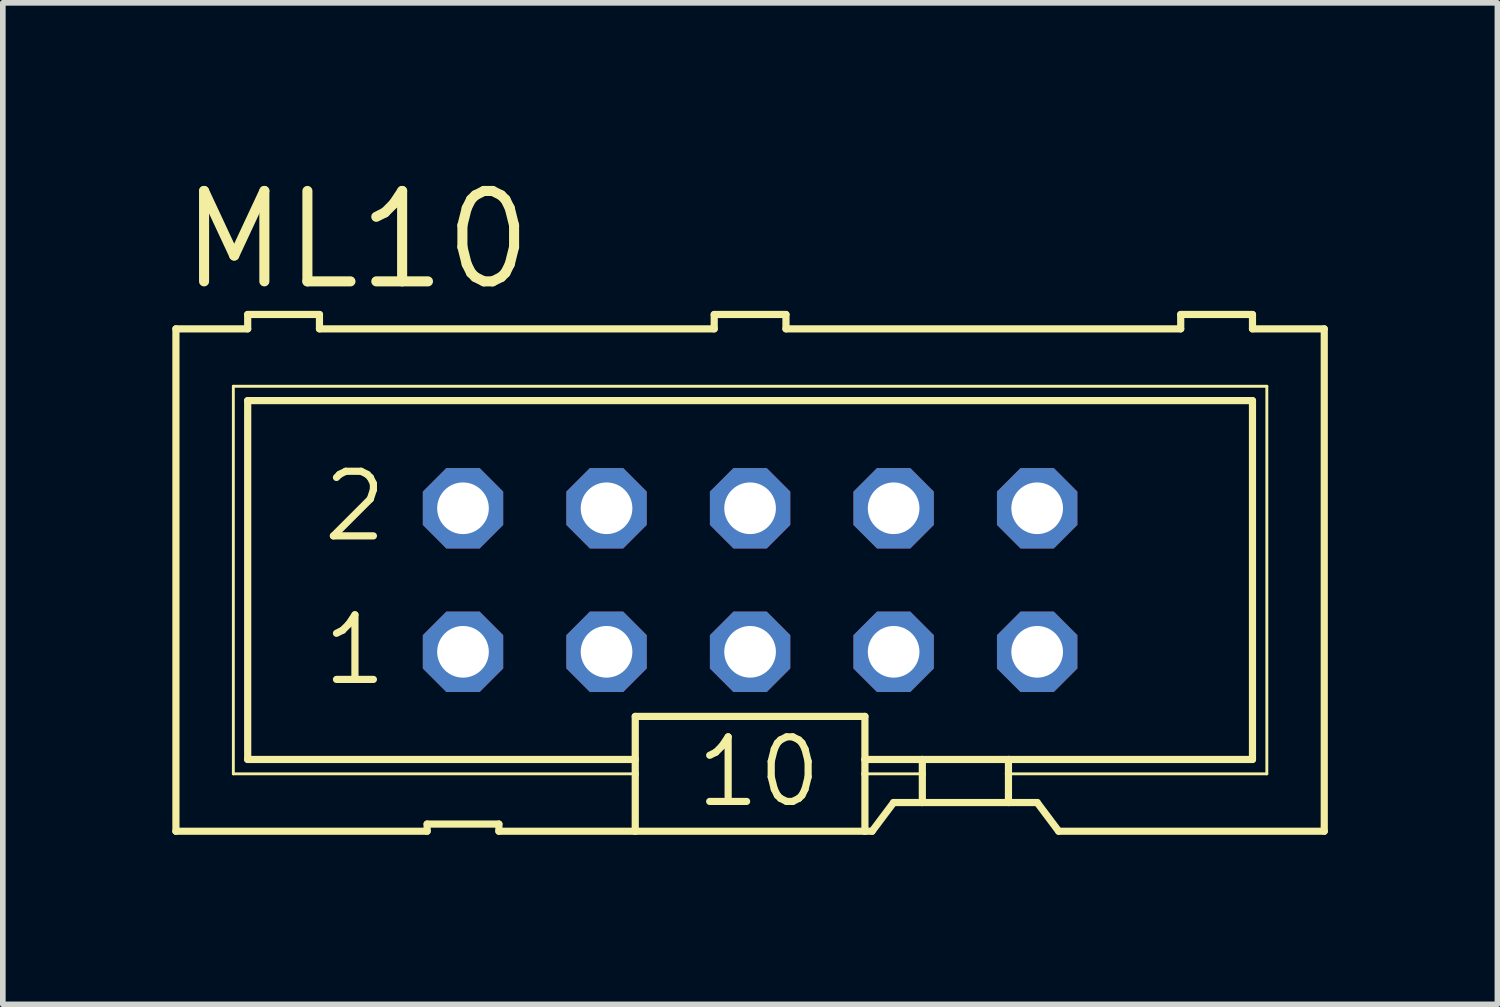
<source format=kicad_pcb>
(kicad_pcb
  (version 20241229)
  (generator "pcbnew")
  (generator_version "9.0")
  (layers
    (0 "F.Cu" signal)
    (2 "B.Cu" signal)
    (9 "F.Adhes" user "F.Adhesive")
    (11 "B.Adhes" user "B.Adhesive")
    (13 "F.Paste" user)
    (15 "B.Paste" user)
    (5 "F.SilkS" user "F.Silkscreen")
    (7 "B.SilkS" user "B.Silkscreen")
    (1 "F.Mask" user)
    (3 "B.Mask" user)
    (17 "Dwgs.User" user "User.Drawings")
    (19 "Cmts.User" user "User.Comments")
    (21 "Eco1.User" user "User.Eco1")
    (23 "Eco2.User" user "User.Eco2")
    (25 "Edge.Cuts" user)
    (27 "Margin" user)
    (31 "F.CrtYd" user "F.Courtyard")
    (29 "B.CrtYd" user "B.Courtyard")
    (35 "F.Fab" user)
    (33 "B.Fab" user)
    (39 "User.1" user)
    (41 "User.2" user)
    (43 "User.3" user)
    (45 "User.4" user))
  (footprint "ML10"
    (layer "F.Cu")
    (at 10.223 7.214)
    (property "Reference" "ML10" (at -10.16 -5.08 0) (layer "F.SilkS") (effects (font (size 1.6 1.6) (thickness 0.178)) (justify left bottom)))
    (fp_line (start -10.16 -4.445) (end -10.16 4.445) (stroke (width 0.127) (type solid)) (layer "F.SilkS"))
    (fp_line (start -10.16 -4.445) (end -8.89 -4.445) (stroke (width 0.127) (type solid)) (layer "F.SilkS"))
    (fp_line (start -9.144 -3.429) (end -9.144 3.429) (stroke (width 0.051) (type solid)) (layer "F.SilkS"))
    (fp_line (start -9.144 3.429) (end -2.032 3.429) (stroke (width 0.051) (type solid)) (layer "F.SilkS"))
    (fp_line (start -8.89 -4.699) (end -8.89 -4.445) (stroke (width 0.127) (type solid)) (layer "F.SilkS"))
    (fp_line (start -8.89 -3.175) (end -8.89 3.175) (stroke (width 0.127) (type solid)) (layer "F.SilkS"))
    (fp_line (start -8.89 -3.175) (end 8.89 -3.175) (stroke (width 0.127) (type solid)) (layer "F.SilkS"))
    (fp_line (start -7.62 -4.699) (end -8.89 -4.699) (stroke (width 0.127) (type solid)) (layer "F.SilkS"))
    (fp_line (start -7.62 -4.699) (end -7.62 -4.445) (stroke (width 0.127) (type solid)) (layer "F.SilkS"))
    (fp_line (start -7.62 -4.445) (end -0.635 -4.445) (stroke (width 0.127) (type solid)) (layer "F.SilkS"))
    (fp_line (start -5.715 4.445) (end -10.16 4.445) (stroke (width 0.127) (type solid)) (layer "F.SilkS"))
    (fp_line (start -5.715 4.445) (end -5.715 4.318) (stroke (width 0.127) (type solid)) (layer "F.SilkS"))
    (fp_line (start -4.445 4.318) (end -5.715 4.318) (stroke (width 0.127) (type solid)) (layer "F.SilkS"))
    (fp_line (start -4.445 4.318) (end -4.445 4.445) (stroke (width 0.127) (type solid)) (layer "F.SilkS"))
    (fp_line (start -2.032 3.175) (end -8.89 3.175) (stroke (width 0.127) (type solid)) (layer "F.SilkS"))
    (fp_line (start -2.032 3.175) (end -2.032 2.413) (stroke (width 0.127) (type solid)) (layer "F.SilkS"))
    (fp_line (start -2.032 3.175) (end -2.032 3.429) (stroke (width 0.127) (type solid)) (layer "F.SilkS"))
    (fp_line (start -2.032 3.429) (end -2.032 4.445) (stroke (width 0.127) (type solid)) (layer "F.SilkS"))
    (fp_line (start -2.032 4.445) (end -4.445 4.445) (stroke (width 0.127) (type solid)) (layer "F.SilkS"))
    (fp_line (start -0.635 -4.699) (end -0.635 -4.445) (stroke (width 0.127) (type solid)) (layer "F.SilkS"))
    (fp_line (start 0.635 -4.699) (end -0.635 -4.699) (stroke (width 0.127) (type solid)) (layer "F.SilkS"))
    (fp_line (start 0.635 -4.699) (end 0.635 -4.445) (stroke (width 0.127) (type solid)) (layer "F.SilkS"))
    (fp_line (start 0.635 -4.445) (end 7.62 -4.445) (stroke (width 0.127) (type solid)) (layer "F.SilkS"))
    (fp_line (start 2.032 2.413) (end -2.032 2.413) (stroke (width 0.127) (type solid)) (layer "F.SilkS"))
    (fp_line (start 2.032 2.413) (end 2.032 3.175) (stroke (width 0.127) (type solid)) (layer "F.SilkS"))
    (fp_line (start 2.032 3.175) (end 2.032 3.429) (stroke (width 0.127) (type solid)) (layer "F.SilkS"))
    (fp_line (start 2.032 3.429) (end 2.032 4.445) (stroke (width 0.127) (type solid)) (layer "F.SilkS"))
    (fp_line (start 2.032 4.445) (end -2.032 4.445) (stroke (width 0.127) (type solid)) (layer "F.SilkS"))
    (fp_line (start 2.159 4.445) (end 2.032 4.445) (stroke (width 0.127) (type solid)) (layer "F.SilkS"))
    (fp_line (start 2.159 4.445) (end 2.54 3.937) (stroke (width 0.127) (type solid)) (layer "F.SilkS"))
    (fp_line (start 3.048 3.175) (end 2.032 3.175) (stroke (width 0.127) (type solid)) (layer "F.SilkS"))
    (fp_line (start 3.048 3.175) (end 3.048 3.429) (stroke (width 0.127) (type solid)) (layer "F.SilkS"))
    (fp_line (start 3.048 3.429) (end 2.032 3.429) (stroke (width 0.051) (type solid)) (layer "F.SilkS"))
    (fp_line (start 3.048 3.429) (end 3.048 3.937) (stroke (width 0.127) (type solid)) (layer "F.SilkS"))
    (fp_line (start 3.048 3.937) (end 2.54 3.937) (stroke (width 0.127) (type solid)) (layer "F.SilkS"))
    (fp_line (start 4.572 3.175) (end 3.048 3.175) (stroke (width 0.127) (type solid)) (layer "F.SilkS"))
    (fp_line (start 4.572 3.175) (end 4.572 3.429) (stroke (width 0.127) (type solid)) (layer "F.SilkS"))
    (fp_line (start 4.572 3.429) (end 4.572 3.937) (stroke (width 0.127) (type solid)) (layer "F.SilkS"))
    (fp_line (start 4.572 3.429) (end 9.144 3.429) (stroke (width 0.051) (type solid)) (layer "F.SilkS"))
    (fp_line (start 4.572 3.937) (end 3.048 3.937) (stroke (width 0.127) (type solid)) (layer "F.SilkS"))
    (fp_line (start 5.08 3.937) (end 4.572 3.937) (stroke (width 0.127) (type solid)) (layer "F.SilkS"))
    (fp_line (start 5.08 3.937) (end 5.461 4.445) (stroke (width 0.127) (type solid)) (layer "F.SilkS"))
    (fp_line (start 7.62 -4.445) (end 7.62 -4.699) (stroke (width 0.127) (type solid)) (layer "F.SilkS"))
    (fp_line (start 8.89 -4.699) (end 7.62 -4.699) (stroke (width 0.127) (type solid)) (layer "F.SilkS"))
    (fp_line (start 8.89 -4.445) (end 8.89 -4.699) (stroke (width 0.127) (type solid)) (layer "F.SilkS"))
    (fp_line (start 8.89 -4.445) (end 10.16 -4.445) (stroke (width 0.127) (type solid)) (layer "F.SilkS"))
    (fp_line (start 8.89 3.175) (end 4.572 3.175) (stroke (width 0.127) (type solid)) (layer "F.SilkS"))
    (fp_line (start 8.89 3.175) (end 8.89 -3.175) (stroke (width 0.127) (type solid)) (layer "F.SilkS"))
    (fp_line (start 9.144 -3.429) (end -9.144 -3.429) (stroke (width 0.051) (type solid)) (layer "F.SilkS"))
    (fp_line (start 9.144 3.429) (end 9.144 -3.429) (stroke (width 0.051) (type solid)) (layer "F.SilkS"))
    (fp_line (start 10.16 4.445) (end 5.461 4.445) (stroke (width 0.127) (type solid)) (layer "F.SilkS"))
    (fp_line (start 10.16 4.445) (end 10.16 -4.445) (stroke (width 0.127) (type solid)) (layer "F.SilkS"))
    (fp_poly (pts (xy -5.334 -1.016) (xy -4.826 -1.016) (xy -4.826 -1.524) (xy -5.334 -1.524)) (stroke (width 0.1) (type default)) (fill no) (layer "F.Fab"))
    (fp_poly (pts (xy -5.334 1.524) (xy -4.826 1.524) (xy -4.826 1.016) (xy -5.334 1.016)) (stroke (width 0.1) (type default)) (fill no) (layer "F.Fab"))
    (fp_poly (pts (xy -2.794 -1.016) (xy -2.286 -1.016) (xy -2.286 -1.524) (xy -2.794 -1.524)) (stroke (width 0.1) (type default)) (fill no) (layer "F.Fab"))
    (fp_poly (pts (xy -2.794 1.524) (xy -2.286 1.524) (xy -2.286 1.016) (xy -2.794 1.016)) (stroke (width 0.1) (type default)) (fill no) (layer "F.Fab"))
    (fp_poly (pts (xy -0.254 -1.016) (xy 0.254 -1.016) (xy 0.254 -1.524) (xy -0.254 -1.524)) (stroke (width 0.1) (type default)) (fill no) (layer "F.Fab"))
    (fp_poly (pts (xy -0.254 1.524) (xy 0.254 1.524) (xy 0.254 1.016) (xy -0.254 1.016)) (stroke (width 0.1) (type default)) (fill no) (layer "F.Fab"))
    (fp_poly (pts (xy 2.286 -1.016) (xy 2.794 -1.016) (xy 2.794 -1.524) (xy 2.286 -1.524)) (stroke (width 0.1) (type default)) (fill no) (layer "F.Fab"))
    (fp_poly (pts (xy 2.286 1.524) (xy 2.794 1.524) (xy 2.794 1.016) (xy 2.286 1.016)) (stroke (width 0.1) (type default)) (fill no) (layer "F.Fab"))
    (fp_poly (pts (xy 4.826 -1.016) (xy 5.334 -1.016) (xy 5.334 -1.524) (xy 4.826 -1.524)) (stroke (width 0.1) (type default)) (fill no) (layer "F.Fab"))
    (fp_poly (pts (xy 4.826 1.524) (xy 5.334 1.524) (xy 5.334 1.016) (xy 4.826 1.016)) (stroke (width 0.1) (type default)) (fill no) (layer "F.Fab"))
    (fp_text user "10" (at -1.016 4.064 0) (layer "F.SilkS") (effects (font (size 1.143 1.143) (thickness 0.127)) (justify left bottom)))
    (fp_text user "2" (at -7.62 -0.635 0) (layer "F.SilkS") (effects (font (size 1.143 1.143) (thickness 0.127)) (justify left bottom)))
    (fp_text user "1" (at -7.62 1.905 0) (layer "F.SilkS") (effects (font (size 1.143 1.143) (thickness 0.127)) (justify left bottom)))
    (pad "1" thru_hole roundrect (at -5.08 1.27) (size 1.422 1.422) (drill 0.914) (layers "*.Cu" "*.Mask") (roundrect_rratio 0.25) (chamfer_ratio 0.293) (chamfer top_left top_right bottom_left bottom_right))
    (pad "2" thru_hole roundrect (at -5.08 -1.27) (size 1.422 1.422) (drill 0.914) (layers "*.Cu" "*.Mask") (roundrect_rratio 0.25) (chamfer_ratio 0.293) (chamfer top_left top_right bottom_left bottom_right))
    (pad "3" thru_hole roundrect (at -2.54 1.27) (size 1.422 1.422) (drill 0.914) (layers "*.Cu" "*.Mask") (roundrect_rratio 0.25) (chamfer_ratio 0.293) (chamfer top_left top_right bottom_left bottom_right))
    (pad "4" thru_hole roundrect (at -2.54 -1.27) (size 1.422 1.422) (drill 0.914) (layers "*.Cu" "*.Mask") (roundrect_rratio 0.25) (chamfer_ratio 0.293) (chamfer top_left top_right bottom_left bottom_right))
    (pad "5" thru_hole roundrect (at 0 1.27) (size 1.422 1.422) (drill 0.914) (layers "*.Cu" "*.Mask") (roundrect_rratio 0.25) (chamfer_ratio 0.293) (chamfer top_left top_right bottom_left bottom_right))
    (pad "6" thru_hole roundrect (at 0 -1.27) (size 1.422 1.422) (drill 0.914) (layers "*.Cu" "*.Mask") (roundrect_rratio 0.25) (chamfer_ratio 0.293) (chamfer top_left top_right bottom_left bottom_right))
    (pad "7" thru_hole roundrect (at 2.54 1.27) (size 1.422 1.422) (drill 0.914) (layers "*.Cu" "*.Mask") (roundrect_rratio 0.25) (chamfer_ratio 0.293) (chamfer top_left top_right bottom_left bottom_right))
    (pad "8" thru_hole roundrect (at 2.54 -1.27) (size 1.422 1.422) (drill 0.914) (layers "*.Cu" "*.Mask") (roundrect_rratio 0.25) (chamfer_ratio 0.293) (chamfer top_left top_right bottom_left bottom_right))
    (pad "9" thru_hole roundrect (at 5.08 1.27) (size 1.422 1.422) (drill 0.914) (layers "*.Cu" "*.Mask") (roundrect_rratio 0.25) (chamfer_ratio 0.293) (chamfer top_left top_right bottom_left bottom_right))
    (pad "10" thru_hole roundrect (at 5.08 -1.27) (size 1.422 1.422) (drill 0.914) (layers "*.Cu" "*.Mask") (roundrect_rratio 0.25) (chamfer_ratio 0.293) (chamfer top_left top_right bottom_left bottom_right)))
  (gr_rect
    (start -3 -3)
    (end 23.447 14.722)
    (stroke (width 0.1) (type default))
    (fill no)
    (layer "Edge.Cuts")))
</source>
